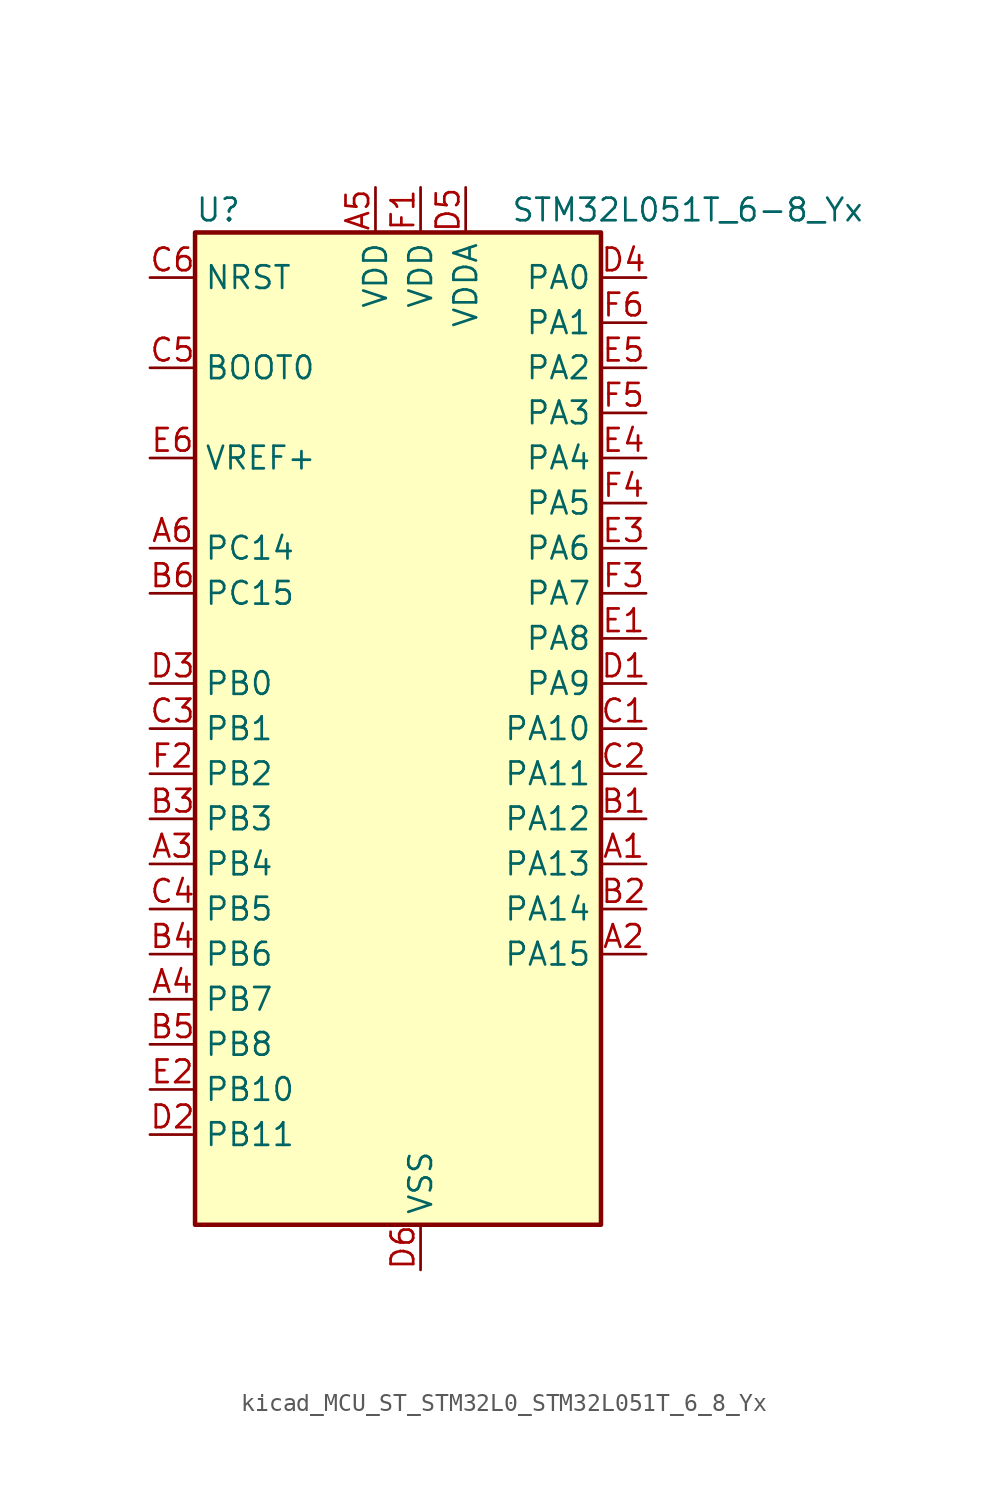
<source format=kicad_sym>
(kicad_symbol_lib
  (version 20220914)
  (generator kicad_symbol_editor)
  (symbol "kicad_MCU_ST_STM32L0_STM32L051T_6_8_Yx"
    (property "Reference" "U"
      (at -10.16 29.21 0)
      (effects (font (size 1.27 1.27)) (justify left)))
    (property "Value" "STM32L051T_6-8_Yx"
      (at 7.62 29.21 0)
      (effects (font (size 1.27 1.27)) (justify left)))
    (property "ki_locked" ""
      (at 0 0 0)
      (effects (font (size 1.27 1.27))))
    (symbol "kicad_MCU_ST_STM32L0_STM32L051T_6_8_Yx_0_1"
      (rectangle (start -10.16 -27.94) (end 12.7 27.94) (stroke (width 0.254) (type default)) (fill (type background))))
    (symbol "kicad_MCU_ST_STM32L0_STM32L051T_6_8_Yx_1_1"
      (pin bidirectional line (at 15.24 -7.62 180) (length 2.54) (name "PA13" (effects (font (size 1.27 1.27)))) (number "A1" (effects (font (size 1.27 1.27)))) (alternate "SYS_SWDIO" bidirectional line))
      (pin bidirectional line (at 15.24 -12.7 180) (length 2.54) (name "PA15" (effects (font (size 1.27 1.27)))) (number "A2" (effects (font (size 1.27 1.27)))) (alternate "SPI1_NSS" bidirectional line) (alternate "TIM2_CH1" bidirectional line) (alternate "TIM2_ETR" bidirectional line) (alternate "USART2_RX" bidirectional line))
      (pin bidirectional line (at -12.7 -7.62 0) (length 2.54) (name "PB4" (effects (font (size 1.27 1.27)))) (number "A3" (effects (font (size 1.27 1.27)))) (alternate "COMP2_INP" bidirectional line) (alternate "SPI1_MISO" bidirectional line) (alternate "TIM22_CH1" bidirectional line))
      (pin bidirectional line (at -12.7 -15.24 0) (length 2.54) (name "PB7" (effects (font (size 1.27 1.27)))) (number "A4" (effects (font (size 1.27 1.27)))) (alternate "COMP2_INP" bidirectional line) (alternate "I2C1_SDA" bidirectional line) (alternate "LPTIM1_IN2" bidirectional line) (alternate "SYS_PVD_IN" bidirectional line) (alternate "USART1_RX" bidirectional line))
      (pin power_in line (at 0 30.48 270) (length 2.54) (name "VDD" (effects (font (size 1.27 1.27)))) (number "A5" (effects (font (size 1.27 1.27)))))
      (pin bidirectional line (at -12.7 10.16 0) (length 2.54) (name "PC14" (effects (font (size 1.27 1.27)))) (number "A6" (effects (font (size 1.27 1.27)))) (alternate "RCC_OSC32_IN" bidirectional line))
      (pin bidirectional line (at 15.24 -5.08 180) (length 2.54) (name "PA12" (effects (font (size 1.27 1.27)))) (number "B1" (effects (font (size 1.27 1.27)))) (alternate "COMP2_OUT" bidirectional line) (alternate "SPI1_MOSI" bidirectional line) (alternate "USART1_DE" bidirectional line) (alternate "USART1_RTS" bidirectional line))
      (pin bidirectional line (at 15.24 -10.16 180) (length 2.54) (name "PA14" (effects (font (size 1.27 1.27)))) (number "B2" (effects (font (size 1.27 1.27)))) (alternate "SYS_SWCLK" bidirectional line) (alternate "USART2_TX" bidirectional line))
      (pin bidirectional line (at -12.7 -5.08 0) (length 2.54) (name "PB3" (effects (font (size 1.27 1.27)))) (number "B3" (effects (font (size 1.27 1.27)))) (alternate "COMP2_INM" bidirectional line) (alternate "SPI1_SCK" bidirectional line) (alternate "TIM2_CH2" bidirectional line))
      (pin bidirectional line (at -12.7 -12.7 0) (length 2.54) (name "PB6" (effects (font (size 1.27 1.27)))) (number "B4" (effects (font (size 1.27 1.27)))) (alternate "COMP2_INP" bidirectional line) (alternate "I2C1_SCL" bidirectional line) (alternate "LPTIM1_ETR" bidirectional line) (alternate "USART1_TX" bidirectional line))
      (pin bidirectional line (at -12.7 -17.78 0) (length 2.54) (name "PB8" (effects (font (size 1.27 1.27)))) (number "B5" (effects (font (size 1.27 1.27)))) (alternate "I2C1_SCL" bidirectional line))
      (pin bidirectional line (at -12.7 7.62 0) (length 2.54) (name "PC15" (effects (font (size 1.27 1.27)))) (number "B6" (effects (font (size 1.27 1.27)))) (alternate "RCC_OSC32_OUT" bidirectional line))
      (pin bidirectional line (at 15.24 0 180) (length 2.54) (name "PA10" (effects (font (size 1.27 1.27)))) (number "C1" (effects (font (size 1.27 1.27)))) (alternate "USART1_RX" bidirectional line))
      (pin bidirectional line (at 15.24 -2.54 180) (length 2.54) (name "PA11" (effects (font (size 1.27 1.27)))) (number "C2" (effects (font (size 1.27 1.27)))) (alternate "ADC_EXTI11" bidirectional line) (alternate "COMP1_OUT" bidirectional line) (alternate "SPI1_MISO" bidirectional line) (alternate "USART1_CTS" bidirectional line))
      (pin bidirectional line (at -12.7 0 0) (length 2.54) (name "PB1" (effects (font (size 1.27 1.27)))) (number "C3" (effects (font (size 1.27 1.27)))) (alternate "ADC_IN9" bidirectional line) (alternate "LPUART1_DE" bidirectional line) (alternate "LPUART1_RTS" bidirectional line) (alternate "SYS_VREF_OUT_PB1" bidirectional line))
      (pin bidirectional line (at -12.7 -10.16 0) (length 2.54) (name "PB5" (effects (font (size 1.27 1.27)))) (number "C4" (effects (font (size 1.27 1.27)))) (alternate "COMP2_INP" bidirectional line) (alternate "I2C1_SMBA" bidirectional line) (alternate "LPTIM1_IN1" bidirectional line) (alternate "SPI1_MOSI" bidirectional line) (alternate "TIM22_CH2" bidirectional line))
      (pin input line (at -12.7 20.32 0) (length 2.54) (name "BOOT0" (effects (font (size 1.27 1.27)))) (number "C5" (effects (font (size 1.27 1.27)))))
      (pin input line (at -12.7 25.4 0) (length 2.54) (name "NRST" (effects (font (size 1.27 1.27)))) (number "C6" (effects (font (size 1.27 1.27)))))
      (pin bidirectional line (at 15.24 2.54 180) (length 2.54) (name "PA9" (effects (font (size 1.27 1.27)))) (number "D1" (effects (font (size 1.27 1.27)))) (alternate "RCC_MCO" bidirectional line) (alternate "USART1_TX" bidirectional line))
      (pin bidirectional line (at -12.7 -22.86 0) (length 2.54) (name "PB11" (effects (font (size 1.27 1.27)))) (number "D2" (effects (font (size 1.27 1.27)))) (alternate "ADC_EXTI11" bidirectional line) (alternate "I2C2_SDA" bidirectional line) (alternate "LPUART1_RX" bidirectional line) (alternate "TIM2_CH4" bidirectional line))
      (pin bidirectional line (at -12.7 2.54 0) (length 2.54) (name "PB0" (effects (font (size 1.27 1.27)))) (number "D3" (effects (font (size 1.27 1.27)))) (alternate "ADC_IN8" bidirectional line) (alternate "SYS_VREF_OUT_PB0" bidirectional line))
      (pin bidirectional line (at 15.24 25.4 180) (length 2.54) (name "PA0" (effects (font (size 1.27 1.27)))) (number "D4" (effects (font (size 1.27 1.27)))) (alternate "ADC_IN0" bidirectional line) (alternate "COMP1_INM" bidirectional line) (alternate "COMP1_OUT" bidirectional line) (alternate "RTC_TAMP2" bidirectional line) (alternate "SYS_WKUP1" bidirectional line) (alternate "TIM2_CH1" bidirectional line) (alternate "TIM2_ETR" bidirectional line) (alternate "USART2_CTS" bidirectional line))
      (pin power_in line (at 5.08 30.48 270) (length 2.54) (name "VDDA" (effects (font (size 1.27 1.27)))) (number "D5" (effects (font (size 1.27 1.27)))))
      (pin power_in line (at 2.54 -30.48 90) (length 2.54) (name "VSS" (effects (font (size 1.27 1.27)))) (number "D6" (effects (font (size 1.27 1.27)))))
      (pin bidirectional line (at 15.24 5.08 180) (length 2.54) (name "PA8" (effects (font (size 1.27 1.27)))) (number "E1" (effects (font (size 1.27 1.27)))) (alternate "CRS_SYNC" bidirectional line) (alternate "RCC_MCO" bidirectional line) (alternate "USART1_CK" bidirectional line))
      (pin bidirectional line (at -12.7 -20.32 0) (length 2.54) (name "PB10" (effects (font (size 1.27 1.27)))) (number "E2" (effects (font (size 1.27 1.27)))) (alternate "I2C2_SCL" bidirectional line) (alternate "LPUART1_TX" bidirectional line) (alternate "TIM2_CH3" bidirectional line))
      (pin bidirectional line (at 15.24 10.16 180) (length 2.54) (name "PA6" (effects (font (size 1.27 1.27)))) (number "E3" (effects (font (size 1.27 1.27)))) (alternate "ADC_IN6" bidirectional line) (alternate "COMP1_OUT" bidirectional line) (alternate "LPUART1_CTS" bidirectional line) (alternate "SPI1_MISO" bidirectional line) (alternate "TIM22_CH1" bidirectional line))
      (pin bidirectional line (at 15.24 15.24 180) (length 2.54) (name "PA4" (effects (font (size 1.27 1.27)))) (number "E4" (effects (font (size 1.27 1.27)))) (alternate "ADC_IN4" bidirectional line) (alternate "COMP1_INM" bidirectional line) (alternate "COMP2_INM" bidirectional line) (alternate "SPI1_NSS" bidirectional line) (alternate "TIM22_ETR" bidirectional line) (alternate "USART2_CK" bidirectional line))
      (pin bidirectional line (at 15.24 20.32 180) (length 2.54) (name "PA2" (effects (font (size 1.27 1.27)))) (number "E5" (effects (font (size 1.27 1.27)))) (alternate "ADC_IN2" bidirectional line) (alternate "COMP2_INM" bidirectional line) (alternate "COMP2_OUT" bidirectional line) (alternate "TIM21_CH1" bidirectional line) (alternate "TIM2_CH3" bidirectional line) (alternate "USART2_TX" bidirectional line))
      (pin input line (at -12.7 15.24 0) (length 2.54) (name "VREF+" (effects (font (size 1.27 1.27)))) (number "E6" (effects (font (size 1.27 1.27)))))
      (pin power_in line (at 2.54 30.48 270) (length 2.54) (name "VDD" (effects (font (size 1.27 1.27)))) (number "F1" (effects (font (size 1.27 1.27)))))
      (pin bidirectional line (at -12.7 -2.54 0) (length 2.54) (name "PB2" (effects (font (size 1.27 1.27)))) (number "F2" (effects (font (size 1.27 1.27)))) (alternate "LPTIM1_OUT" bidirectional line))
      (pin bidirectional line (at 15.24 7.62 180) (length 2.54) (name "PA7" (effects (font (size 1.27 1.27)))) (number "F3" (effects (font (size 1.27 1.27)))) (alternate "ADC_IN7" bidirectional line) (alternate "COMP2_OUT" bidirectional line) (alternate "SPI1_MOSI" bidirectional line) (alternate "TIM22_CH2" bidirectional line))
      (pin bidirectional line (at 15.24 12.7 180) (length 2.54) (name "PA5" (effects (font (size 1.27 1.27)))) (number "F4" (effects (font (size 1.27 1.27)))) (alternate "ADC_IN5" bidirectional line) (alternate "COMP1_INM" bidirectional line) (alternate "COMP2_INM" bidirectional line) (alternate "SPI1_SCK" bidirectional line) (alternate "TIM2_CH1" bidirectional line) (alternate "TIM2_ETR" bidirectional line))
      (pin bidirectional line (at 15.24 17.78 180) (length 2.54) (name "PA3" (effects (font (size 1.27 1.27)))) (number "F5" (effects (font (size 1.27 1.27)))) (alternate "ADC_IN3" bidirectional line) (alternate "COMP2_INP" bidirectional line) (alternate "TIM21_CH2" bidirectional line) (alternate "TIM2_CH4" bidirectional line) (alternate "USART2_RX" bidirectional line))
      (pin bidirectional line (at 15.24 22.86 180) (length 2.54) (name "PA1" (effects (font (size 1.27 1.27)))) (number "F6" (effects (font (size 1.27 1.27)))) (alternate "ADC_IN1" bidirectional line) (alternate "COMP1_INP" bidirectional line) (alternate "TIM21_ETR" bidirectional line) (alternate "TIM2_CH2" bidirectional line) (alternate "USART2_DE" bidirectional line) (alternate "USART2_RTS" bidirectional line)))))
</source>
